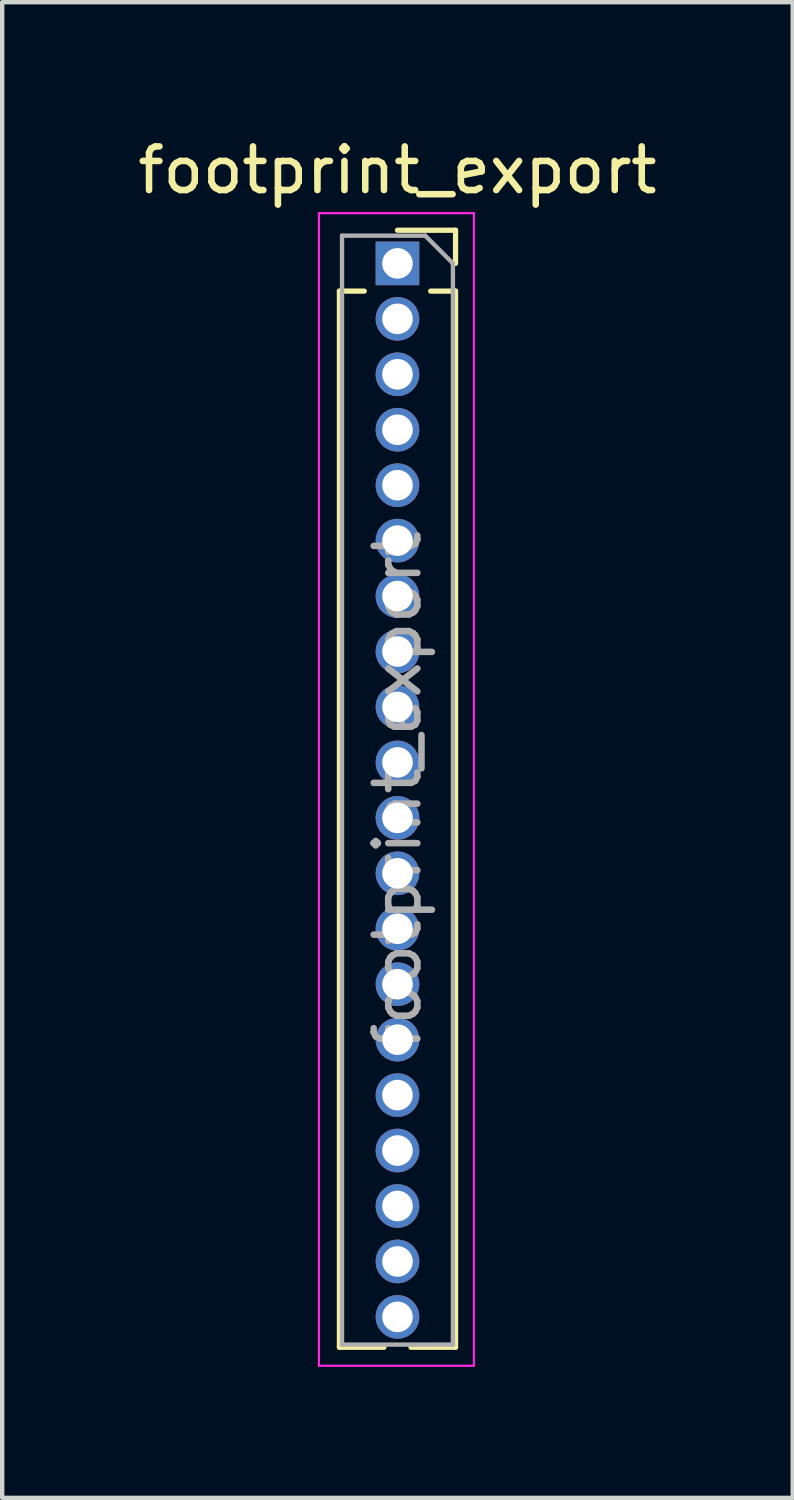
<source format=kicad_pcb>
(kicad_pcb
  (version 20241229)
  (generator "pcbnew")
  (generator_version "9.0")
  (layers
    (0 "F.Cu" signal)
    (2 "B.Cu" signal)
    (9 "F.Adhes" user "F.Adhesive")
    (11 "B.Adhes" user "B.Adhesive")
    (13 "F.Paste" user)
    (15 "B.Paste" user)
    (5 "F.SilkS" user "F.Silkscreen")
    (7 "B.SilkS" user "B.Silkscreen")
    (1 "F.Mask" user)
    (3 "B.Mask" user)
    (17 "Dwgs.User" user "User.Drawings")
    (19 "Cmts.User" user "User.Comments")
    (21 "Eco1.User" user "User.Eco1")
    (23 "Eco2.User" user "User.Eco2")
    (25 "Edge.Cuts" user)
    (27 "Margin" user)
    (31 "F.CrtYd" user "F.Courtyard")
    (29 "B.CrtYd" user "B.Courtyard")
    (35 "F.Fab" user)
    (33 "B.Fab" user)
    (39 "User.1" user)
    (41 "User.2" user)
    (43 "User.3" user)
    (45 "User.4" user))
  (footprint "footprint_export"
    (layer "F.Cu")
    (at 6.054 2.983)
    (property "Reference" "footprint_export" (at 0 -2.135 0) (layer "F.SilkS") (effects (font (size 1 1) (thickness 0.15))))
    (attr through_hole)
    (fp_line (start -1.33 0.635) (end -1.33 24.825) (stroke (width 0.12) (type solid)) (layer "F.SilkS"))
    (fp_line (start -1.33 0.635) (end -0.76 0.635) (stroke (width 0.12) (type solid)) (layer "F.SilkS"))
    (fp_line (start -1.33 24.825) (end -0.308 24.825) (stroke (width 0.12) (type solid)) (layer "F.SilkS"))
    (fp_line (start 0 -0.76) (end 1.33 -0.76) (stroke (width 0.12) (type solid)) (layer "F.SilkS"))
    (fp_line (start 0.308 24.825) (end 1.33 24.825) (stroke (width 0.12) (type solid)) (layer "F.SilkS"))
    (fp_line (start 0.76 0.635) (end 1.33 0.635) (stroke (width 0.12) (type solid)) (layer "F.SilkS"))
    (fp_line (start 1.33 -0.76) (end 1.33 0) (stroke (width 0.12) (type solid)) (layer "F.SilkS"))
    (fp_line (start 1.33 0.635) (end 1.33 24.825) (stroke (width 0.12) (type solid)) (layer "F.SilkS"))
    (fp_line (start -1.8 -1.15) (end 1.75 -1.15) (stroke (width 0.05) (type solid)) (layer "F.CrtYd"))
    (fp_line (start -1.8 25.25) (end -1.8 -1.15) (stroke (width 0.05) (type solid)) (layer "F.CrtYd"))
    (fp_line (start 1.75 -1.15) (end 1.75 25.25) (stroke (width 0.05) (type solid)) (layer "F.CrtYd"))
    (fp_line (start 1.75 25.25) (end -1.8 25.25) (stroke (width 0.05) (type solid)) (layer "F.CrtYd"))
    (fp_line (start -1.27 -0.635) (end 0.635 -0.635) (stroke (width 0.1) (type solid)) (layer "F.Fab"))
    (fp_line (start -1.27 24.765) (end -1.27 -0.635) (stroke (width 0.1) (type solid)) (layer "F.Fab"))
    (fp_line (start 0.635 -0.635) (end 1.27 0) (stroke (width 0.1) (type solid)) (layer "F.Fab"))
    (fp_line (start 1.27 0) (end 1.27 24.765) (stroke (width 0.1) (type solid)) (layer "F.Fab"))
    (fp_line (start 1.27 24.765) (end -1.27 24.765) (stroke (width 0.1) (type solid)) (layer "F.Fab"))
    (fp_text user "${REFERENCE}" (at 0 12.065 90) (layer "F.Fab") (effects (font (size 1 1) (thickness 0.15))))
    (pad "1" thru_hole rect (at 0 0) (size 1 1) (drill 0.7) (layers "*.Cu" "*.Mask"))
    (pad "2" thru_hole oval (at 0 1.27) (size 1 1) (drill 0.7) (layers "*.Cu" "*.Mask"))
    (pad "3" thru_hole oval (at 0 2.54) (size 1 1) (drill 0.7) (layers "*.Cu" "*.Mask"))
    (pad "4" thru_hole oval (at 0 3.81) (size 1 1) (drill 0.7) (layers "*.Cu" "*.Mask"))
    (pad "5" thru_hole oval (at 0 5.08) (size 1 1) (drill 0.7) (layers "*.Cu" "*.Mask"))
    (pad "6" thru_hole oval (at 0 6.35) (size 1 1) (drill 0.7) (layers "*.Cu" "*.Mask"))
    (pad "7" thru_hole oval (at 0 7.62) (size 1 1) (drill 0.7) (layers "*.Cu" "*.Mask"))
    (pad "8" thru_hole oval (at 0 8.89) (size 1 1) (drill 0.7) (layers "*.Cu" "*.Mask"))
    (pad "9" thru_hole oval (at 0 10.16) (size 1 1) (drill 0.7) (layers "*.Cu" "*.Mask"))
    (pad "10" thru_hole oval (at 0 11.43) (size 1 1) (drill 0.7) (layers "*.Cu" "*.Mask"))
    (pad "11" thru_hole oval (at 0 12.7) (size 1 1) (drill 0.7) (layers "*.Cu" "*.Mask"))
    (pad "12" thru_hole oval (at 0 13.97) (size 1 1) (drill 0.7) (layers "*.Cu" "*.Mask"))
    (pad "13" thru_hole oval (at 0 15.24) (size 1 1) (drill 0.7) (layers "*.Cu" "*.Mask"))
    (pad "14" thru_hole oval (at 0 16.51) (size 1 1) (drill 0.7) (layers "*.Cu" "*.Mask"))
    (pad "15" thru_hole oval (at 0 17.78) (size 1 1) (drill 0.7) (layers "*.Cu" "*.Mask"))
    (pad "16" thru_hole oval (at 0 19.05) (size 1 1) (drill 0.7) (layers "*.Cu" "*.Mask"))
    (pad "17" thru_hole oval (at 0 20.32) (size 1 1) (drill 0.7) (layers "*.Cu" "*.Mask"))
    (pad "18" thru_hole oval (at 0 21.59) (size 1 1) (drill 0.7) (layers "*.Cu" "*.Mask"))
    (pad "19" thru_hole oval (at 0 22.86) (size 1 1) (drill 0.7) (layers "*.Cu" "*.Mask"))
    (pad "20" thru_hole oval (at 0 24.13) (size 1 1) (drill 0.7) (layers "*.Cu" "*.Mask")))
  (gr_rect
    (start -3 -3)
    (end 15.107 31.258)
    (stroke (width 0.1) (type default))
    (fill no)
    (layer "Edge.Cuts")))
</source>
